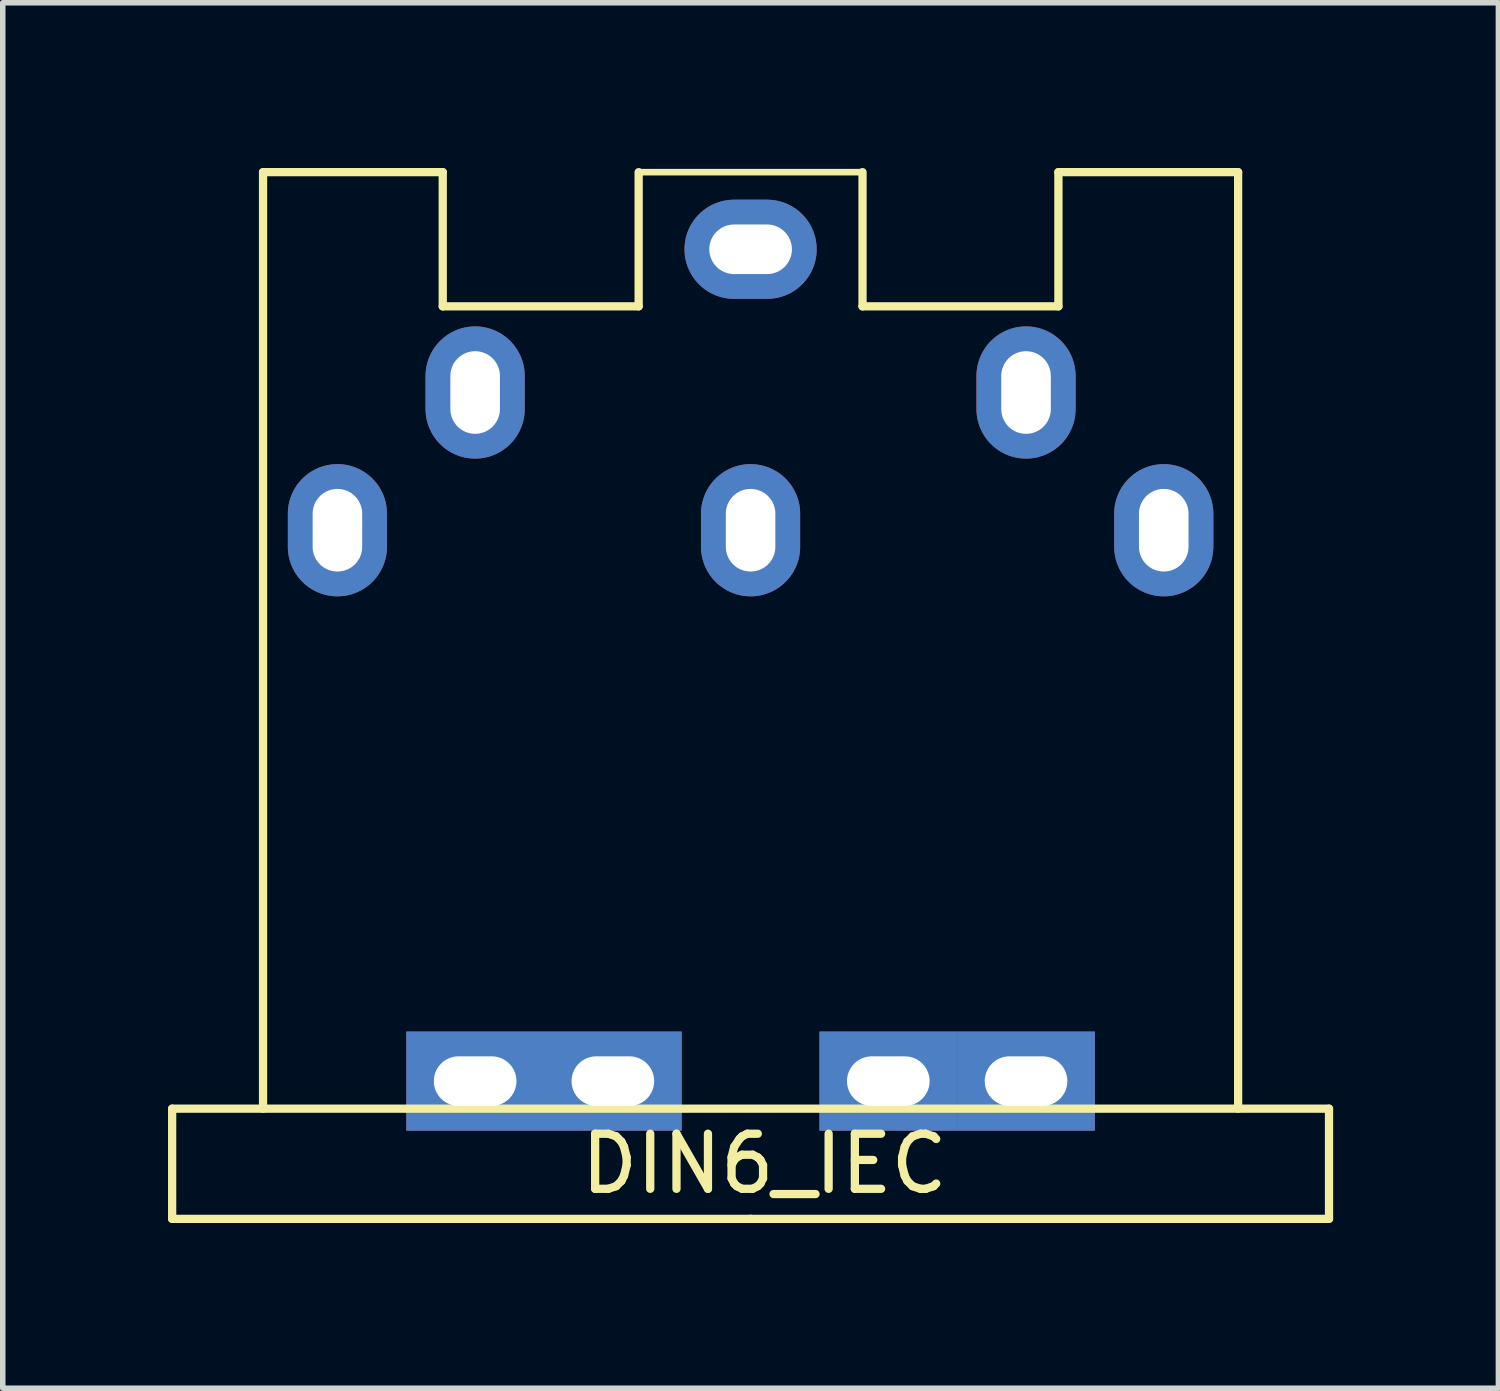
<source format=kicad_pcb>
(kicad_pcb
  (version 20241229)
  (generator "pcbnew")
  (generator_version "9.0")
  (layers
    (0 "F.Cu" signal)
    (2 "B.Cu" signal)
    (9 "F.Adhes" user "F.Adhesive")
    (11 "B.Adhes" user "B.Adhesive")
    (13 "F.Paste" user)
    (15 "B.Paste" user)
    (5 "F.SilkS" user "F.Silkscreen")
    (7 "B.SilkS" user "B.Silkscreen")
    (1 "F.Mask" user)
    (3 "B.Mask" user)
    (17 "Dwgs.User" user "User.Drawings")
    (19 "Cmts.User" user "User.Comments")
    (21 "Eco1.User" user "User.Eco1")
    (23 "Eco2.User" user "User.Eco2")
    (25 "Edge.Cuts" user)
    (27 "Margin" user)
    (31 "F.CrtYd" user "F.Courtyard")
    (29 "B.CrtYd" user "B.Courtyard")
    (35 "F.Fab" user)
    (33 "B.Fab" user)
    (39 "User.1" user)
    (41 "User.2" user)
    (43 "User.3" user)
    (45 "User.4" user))
  (footprint "DIN6_IEC"
    (layer "F.Cu")
    (at 10.575 6.575)
    (property "Reference" "DIN6_IEC" (at 0.25 11.5 180) (layer "F.SilkS") (effects (font (size 1 1) (thickness 0.15))))
    (attr through_hole)
    (fp_line (start -10.5 10.5) (end 10.5 10.5) (stroke (width 0.15) (type solid)) (layer "F.SilkS"))
    (fp_line (start -10.5 12.5) (end -10.5 10.5) (stroke (width 0.15) (type solid)) (layer "F.SilkS"))
    (fp_line (start -8.85 -6.5) (end -5.588 -6.5) (stroke (width 0.15) (type solid)) (layer "F.SilkS"))
    (fp_line (start -8.85 10.5) (end -8.85 -6.5) (stroke (width 0.15) (type solid)) (layer "F.SilkS"))
    (fp_line (start -5.588 -6.5) (end -5.588 -4.064) (stroke (width 0.15) (type solid)) (layer "F.SilkS"))
    (fp_line (start -5.588 -4.064) (end -2.032 -4.064) (stroke (width 0.15) (type solid)) (layer "F.SilkS"))
    (fp_line (start -2.032 -6.5) (end -2.032 -4.064) (stroke (width 0.15) (type solid)) (layer "F.SilkS"))
    (fp_line (start -2.032 -6.5) (end 2.032 -6.5) (stroke (width 0.12) (type solid)) (layer "F.SilkS"))
    (fp_line (start 0 12.5) (end -10.5 12.5) (stroke (width 0.15) (type solid)) (layer "F.SilkS"))
    (fp_line (start 0 12.5) (end 10.5 12.5) (stroke (width 0.15) (type solid)) (layer "F.SilkS"))
    (fp_line (start 2.032 -6.5) (end 2.032 -4.064) (stroke (width 0.15) (type solid)) (layer "F.SilkS"))
    (fp_line (start 2.032 -4.064) (end 5.588 -4.064) (stroke (width 0.15) (type solid)) (layer "F.SilkS"))
    (fp_line (start 5.588 -6.5) (end 5.588 -4.064) (stroke (width 0.15) (type solid)) (layer "F.SilkS"))
    (fp_line (start 8.85 -6.5) (end 5.588 -6.5) (stroke (width 0.15) (type solid)) (layer "F.SilkS"))
    (fp_line (start 8.85 -6.5) (end 8.85 10.5) (stroke (width 0.15) (type solid)) (layer "F.SilkS"))
    (fp_line (start 10.5 10.5) (end 10.5 12.5) (stroke (width 0.15) (type solid)) (layer "F.SilkS"))
    (pad "1" thru_hole oval (at 7.5 0) (size 1.8 2.4) (drill oval 0.9 1.5) (layers "*.Cu" "*.Mask"))
    (pad "2" thru_hole oval (at 0 0) (size 1.8 2.4) (drill oval 0.9 1.5) (layers "*.Cu" "*.Mask"))
    (pad "3" thru_hole oval (at -7.5 0) (size 1.8 2.4) (drill oval 0.9 1.5) (layers "*.Cu" "*.Mask"))
    (pad "4" thru_hole oval (at 5 -2.5) (size 1.8 2.4) (drill oval 0.9 1.5) (layers "*.Cu" "*.Mask"))
    (pad "5" thru_hole oval (at -5 -2.5) (size 1.8 2.4) (drill oval 0.9 1.5) (layers "*.Cu" "*.Mask"))
    (pad "6" thru_hole oval (at 0 -5.1 90) (size 1.8 2.4) (drill oval 0.9 1.5) (layers "*.Cu" "*.Mask"))
    (pad "7" thru_hole rect (at -5 10) (size 2.5 1.8) (drill oval 1.5 0.9) (layers "*.Cu" "*.Mask"))
    (pad "7" thru_hole rect (at -2.5 10) (size 2.5 1.8) (drill oval 1.5 0.9) (layers "*.Cu" "*.Mask"))
    (pad "7" thru_hole rect (at 2.5 10) (size 2.5 1.8) (drill oval 1.5 0.9) (layers "*.Cu" "*.Mask"))
    (pad "7" thru_hole rect (at 5 10) (size 2.5 1.8) (drill oval 1.5 0.9) (layers "*.Cu" "*.Mask")))
  (gr_rect
    (start -3 -3)
    (end 24.15 22.15)
    (stroke (width 0.1) (type default))
    (fill no)
    (layer "Edge.Cuts")))
</source>
